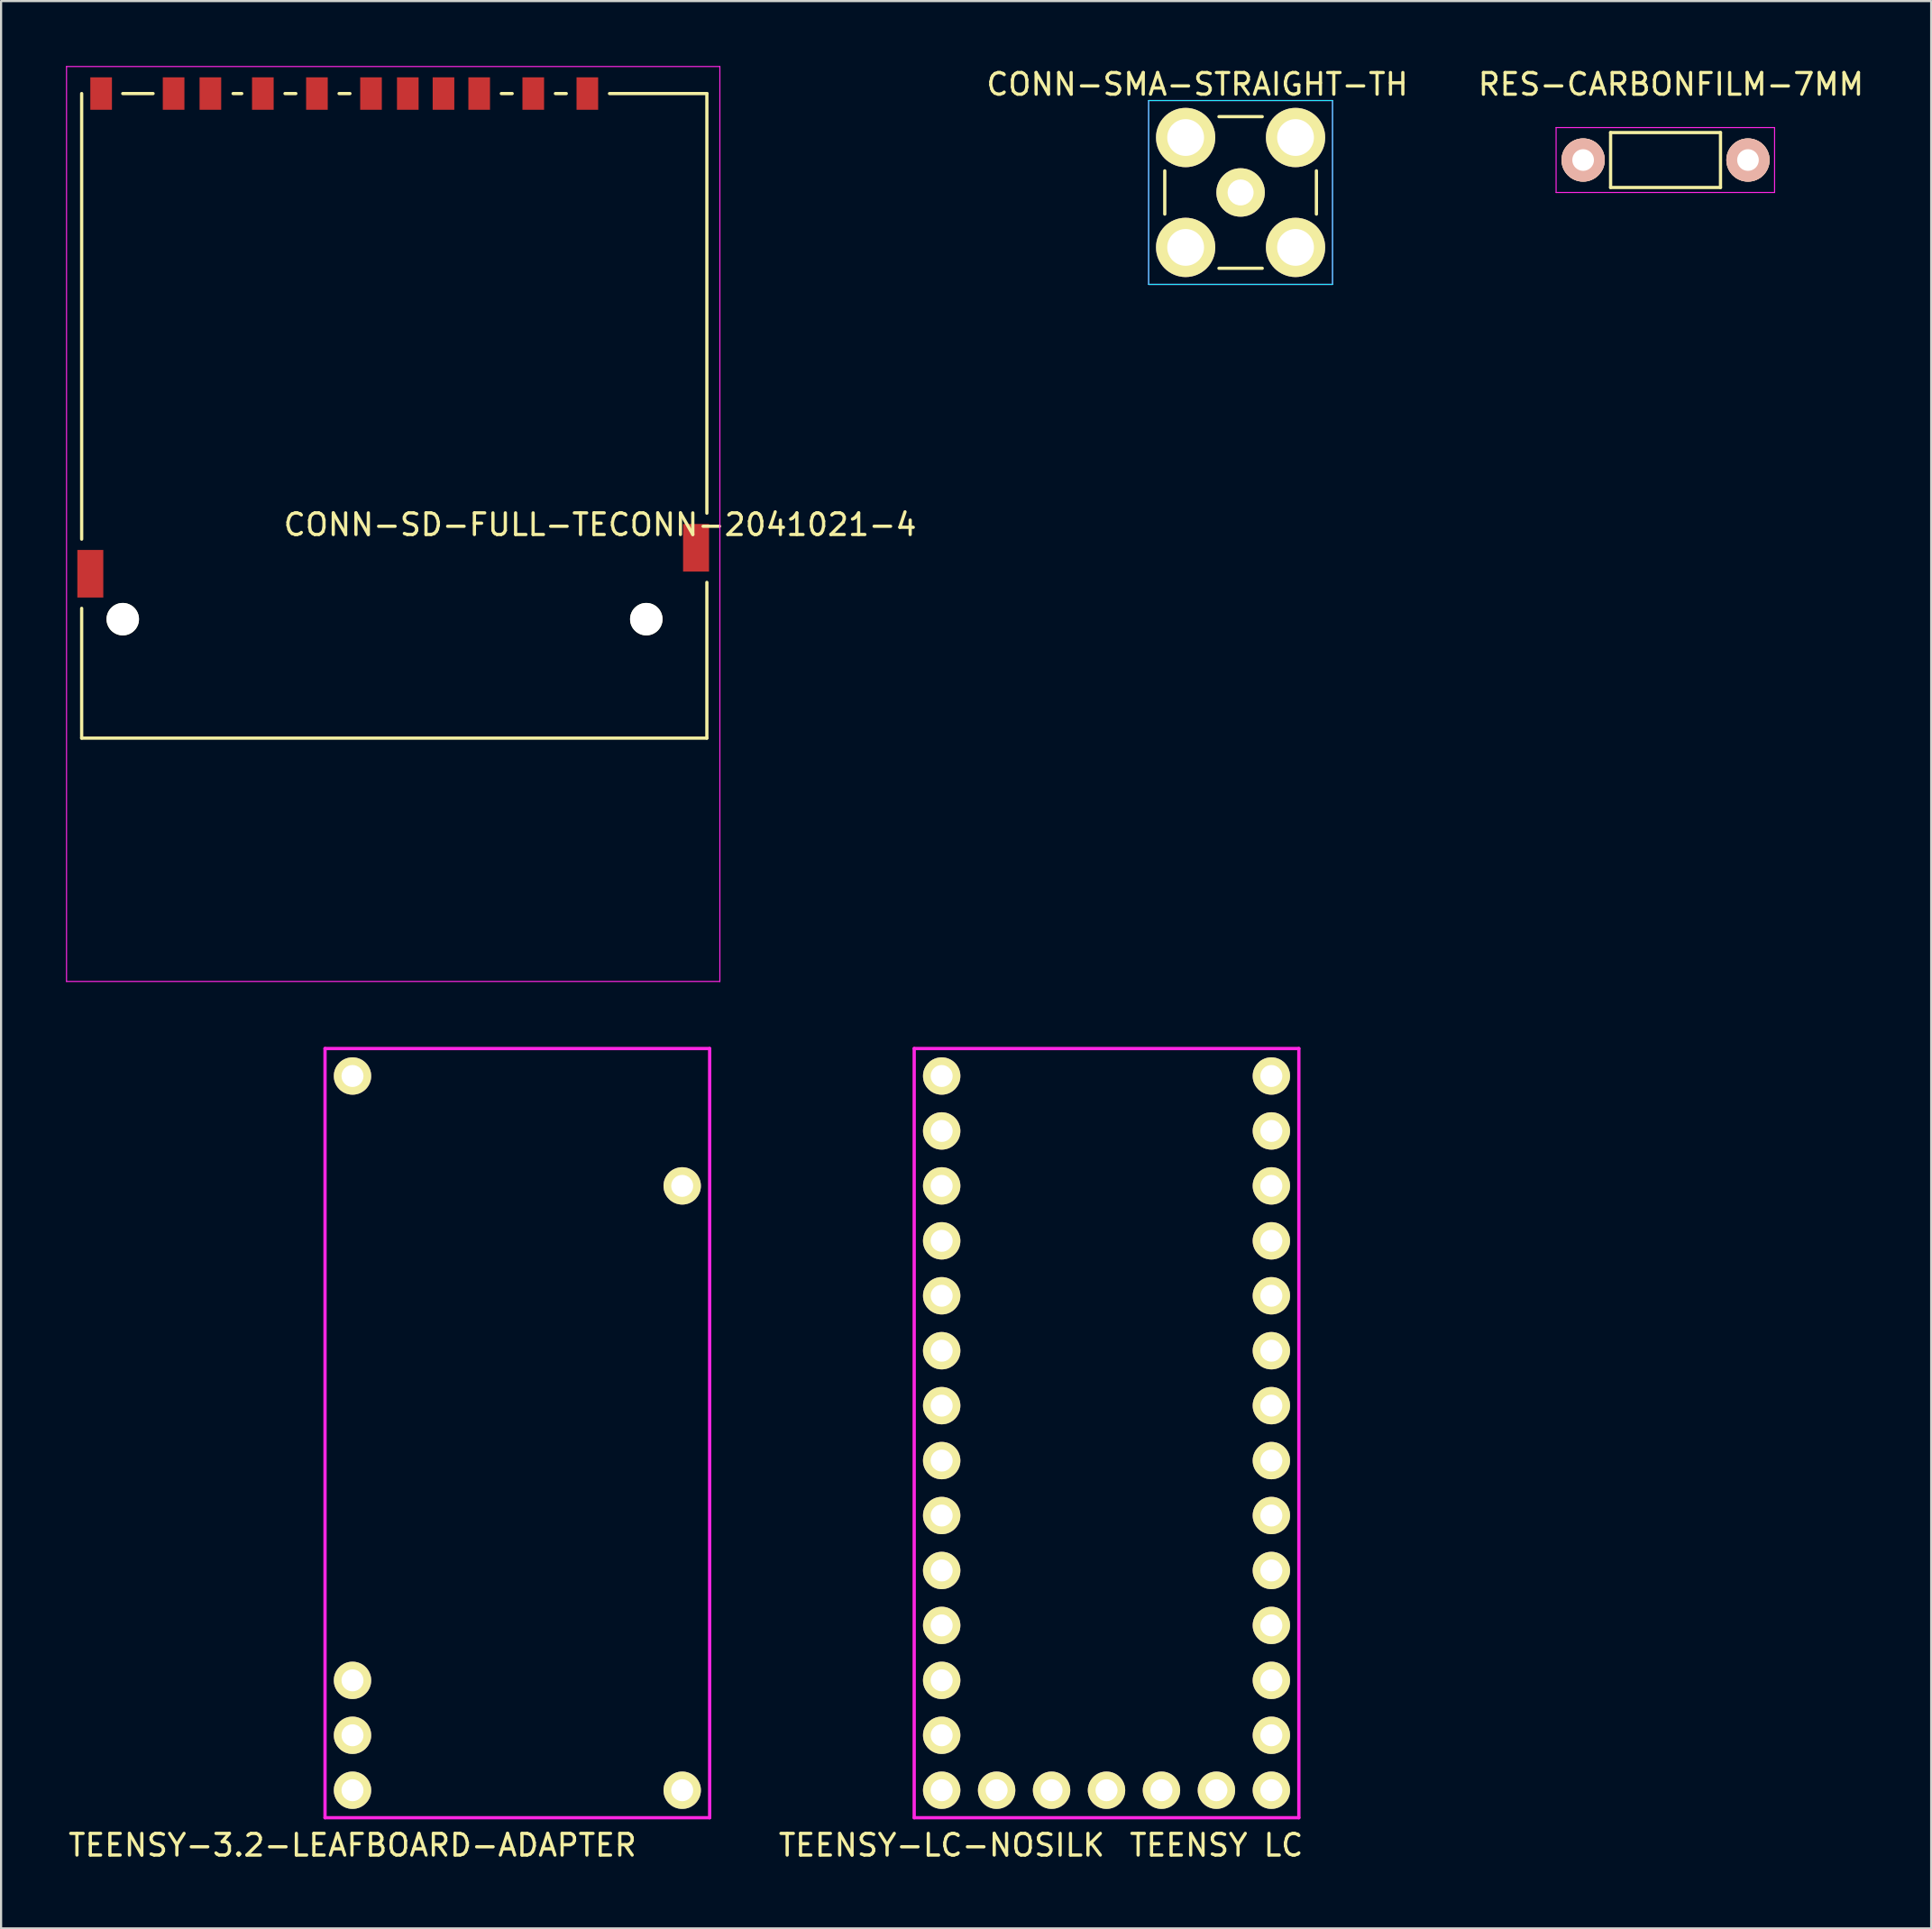
<source format=kicad_pcb>
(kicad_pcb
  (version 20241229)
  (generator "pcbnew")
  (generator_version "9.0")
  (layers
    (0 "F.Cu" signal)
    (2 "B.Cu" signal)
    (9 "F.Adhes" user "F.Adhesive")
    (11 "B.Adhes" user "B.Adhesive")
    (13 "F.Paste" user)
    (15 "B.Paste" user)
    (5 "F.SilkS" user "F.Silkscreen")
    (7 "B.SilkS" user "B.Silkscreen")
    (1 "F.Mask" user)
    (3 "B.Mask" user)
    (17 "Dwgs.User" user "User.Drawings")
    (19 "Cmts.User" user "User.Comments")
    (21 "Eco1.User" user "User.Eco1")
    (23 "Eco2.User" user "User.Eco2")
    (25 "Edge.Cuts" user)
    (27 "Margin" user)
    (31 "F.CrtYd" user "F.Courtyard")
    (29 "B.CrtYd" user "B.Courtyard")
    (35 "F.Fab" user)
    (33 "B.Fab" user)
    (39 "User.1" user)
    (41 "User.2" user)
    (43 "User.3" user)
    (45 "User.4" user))
  (footprint "CONN-SD-FULL-TECONN-2041021-4"
    (layer "F.Cu")
    (at 14.725 1.275)
    (property "Reference" "CONN-SD-FULL-TECONN-2041021-4" (at 9.964 19.931 0) (layer "F.SilkS") (effects (font (size 1 1) (thickness 0.15))))
    (attr through_hole)
    (fp_line (start -14 20.6) (end -14 0) (stroke (width 0.15) (type solid)) (layer "F.SilkS"))
    (fp_line (start -14 29.8) (end -14 23.8) (stroke (width 0.15) (type solid)) (layer "F.SilkS"))
    (fp_line (start -12.1 0) (end -10.7 0) (stroke (width 0.15) (type solid)) (layer "F.SilkS"))
    (fp_line (start -7 0) (end -6.6 0) (stroke (width 0.15) (type solid)) (layer "F.SilkS"))
    (fp_line (start -4.6 0) (end -4.1 0) (stroke (width 0.15) (type solid)) (layer "F.SilkS"))
    (fp_line (start -2.1 0) (end -1.6 0) (stroke (width 0.15) (type solid)) (layer "F.SilkS"))
    (fp_line (start 5.4 0) (end 5.9 0) (stroke (width 0.15) (type solid)) (layer "F.SilkS"))
    (fp_line (start 7.9 0) (end 8.4 0) (stroke (width 0.15) (type solid)) (layer "F.SilkS"))
    (fp_line (start 14.9 0) (end 10.4 0) (stroke (width 0.15) (type solid)) (layer "F.SilkS"))
    (fp_line (start 14.9 19.4) (end 14.9 0) (stroke (width 0.15) (type solid)) (layer "F.SilkS"))
    (fp_line (start 14.9 29.8) (end -14 29.8) (stroke (width 0.15) (type solid)) (layer "F.SilkS"))
    (fp_line (start 14.9 29.8) (end 14.9 22.6) (stroke (width 0.15) (type solid)) (layer "F.SilkS"))
    (fp_line (start -14.7 -1.25) (end -14.7 41.05) (stroke (width 0.05) (type solid)) (layer "F.CrtYd"))
    (fp_line (start -14.7 41.05) (end 15.5 41.05) (stroke (width 0.05) (type solid)) (layer "F.CrtYd"))
    (fp_line (start 15.5 -1.25) (end -14.7 -1.25) (stroke (width 0.05) (type solid)) (layer "F.CrtYd"))
    (fp_line (start 15.5 41.05) (end 15.5 -1.25) (stroke (width 0.05) (type solid)) (layer "F.CrtYd"))
    (pad "" np_thru_hole circle (at -12.1 24.3) (size 1.5 1.5) (drill 1.5) (layers "*.Cu" "*.Mask" "F.SilkS"))
    (pad "" np_thru_hole circle (at 12.1 24.3) (size 1.5 1.5) (drill 1.5) (layers "*.Cu" "*.Mask" "F.SilkS"))
    (pad "1" smd rect (at 6.875 0) (size 1 1.5) (layers "F.Cu" "F.Mask" "F.Paste"))
    (pad "2" smd rect (at 4.375 0) (size 1 1.5) (layers "F.Cu" "F.Mask" "F.Paste"))
    (pad "3" smd rect (at 1.075 0) (size 1 1.5) (layers "F.Cu" "F.Mask" "F.Paste"))
    (pad "4" smd rect (at -0.625 0) (size 1 1.5) (layers "F.Cu" "F.Mask" "F.Paste"))
    (pad "5" smd rect (at -3.125 0) (size 1 1.5) (layers "F.Cu" "F.Mask" "F.Paste"))
    (pad "6" smd rect (at -5.625 0) (size 1 1.5) (layers "F.Cu" "F.Mask" "F.Paste"))
    (pad "7" smd rect (at -8.05 0) (size 1 1.5) (layers "F.Cu" "F.Mask" "F.Paste"))
    (pad "8" smd rect (at -9.75 0) (size 1 1.5) (layers "F.Cu" "F.Mask" "F.Paste"))
    (pad "9" smd rect (at 9.375 0) (size 1 1.5) (layers "F.Cu" "F.Mask" "F.Paste"))
    (pad "10" smd rect (at 2.725 0) (size 1 1.5) (layers "F.Cu" "F.Mask" "F.Paste"))
    (pad "11" smd rect (at -13.1 0) (size 1 1.5) (layers "F.Cu" "F.Mask" "F.Paste"))
    (pad "12" smd rect (at 14.4 21) (size 1.2 2.2) (layers "F.Cu" "F.Mask" "F.Paste"))
    (pad "13" smd rect (at -13.6 22.2) (size 1.2 2.2) (layers "F.Cu" "F.Mask" "F.Paste")))
  (footprint "RES-CARBONFILM-7MM"
    (layer "F.Cu")
    (at 70.13 4.348)
    (property "Reference" "RES-CARBONFILM-7MM" (at 4.059 -3.5 0) (layer "F.SilkS") (effects (font (size 1 1) (thickness 0.15))))
    (attr through_hole)
    (fp_line (start 1.27 -1.27) (end 6.35 -1.27) (stroke (width 0.15) (type solid)) (layer "F.SilkS"))
    (fp_line (start 1.27 1.27) (end 1.27 -1.27) (stroke (width 0.15) (type solid)) (layer "F.SilkS"))
    (fp_line (start 6.35 -1.27) (end 6.35 1.27) (stroke (width 0.15) (type solid)) (layer "F.SilkS"))
    (fp_line (start 6.35 1.27) (end 1.27 1.27) (stroke (width 0.15) (type solid)) (layer "F.SilkS"))
    (fp_line (start -1.25 -1.5) (end 8.85 -1.5) (stroke (width 0.05) (type solid)) (layer "F.CrtYd"))
    (fp_line (start -1.25 1.5) (end -1.25 -1.5) (stroke (width 0.05) (type solid)) (layer "F.CrtYd"))
    (fp_line (start -1.25 1.5) (end 8.85 1.5) (stroke (width 0.05) (type solid)) (layer "F.CrtYd"))
    (fp_line (start 8.85 -1.5) (end 8.85 1.5) (stroke (width 0.05) (type solid)) (layer "F.CrtYd"))
    (pad "1" thru_hole circle (at 0 0) (size 1.999 1.999) (drill 1.001) (layers "*.Cu" "*.SilkS" "*.Mask"))
    (pad "2" thru_hole circle (at 7.62 0) (size 1.999 1.999) (drill 1.001) (layers "*.Cu" "*.SilkS" "*.Mask")))
  (footprint "TEENSY-3.2-LEAFBOARD-ADAPTER"
    (layer "F.Cu")
    (at 23.404 56.856)
    (property "Reference" "TEENSY-3.2-LEAFBOARD-ADAPTER" (at -10.16 25.4 0) (layer "F.SilkS") (effects (font (size 1 1) (thickness 0.15))))
    (attr through_hole)
    (fp_line (start -11.43 -11.43) (end -11.43 24.13) (stroke (width 0.152) (type solid)) (layer "F.CrtYd"))
    (fp_line (start -11.43 24.13) (end 6.35 24.13) (stroke (width 0.152) (type solid)) (layer "F.CrtYd"))
    (fp_line (start 6.35 -11.43) (end -11.43 -11.43) (stroke (width 0.152) (type solid)) (layer "F.CrtYd"))
    (fp_line (start 6.35 24.13) (end 6.35 -11.43) (stroke (width 0.152) (type solid)) (layer "F.CrtYd"))
    (pad "3V2" thru_hole circle (at 5.08 -5.08) (size 1.727 1.727) (drill 1.016) (layers "*.Cu" "*.Mask" "F.SilkS"))
    (pad "10" thru_hole circle (at -10.16 17.78) (size 1.727 1.727) (drill 1.016) (layers "*.Cu" "*.Mask" "F.SilkS"))
    (pad "11" thru_hole circle (at -10.16 20.32) (size 1.727 1.727) (drill 1.016) (layers "*.Cu" "*.Mask" "F.SilkS"))
    (pad "12" thru_hole circle (at -10.16 22.86) (size 1.727 1.727) (drill 1.016) (layers "*.Cu" "*.Mask" "F.SilkS"))
    (pad "13" thru_hole circle (at 5.08 22.86) (size 1.727 1.727) (drill 1.016) (layers "*.Cu" "*.Mask" "F.SilkS"))
    (pad "G1" thru_hole circle (at -10.16 -10.16) (size 1.727 1.727) (drill 1.016) (layers "*.Cu" "*.Mask" "F.SilkS")))
  (footprint "TEENSY-LC-NOSILK"
    (layer "F.Cu")
    (at 50.639 56.856)
    (property "Reference" "TEENSY-LC-NOSILK" (at -10.16 25.4 180) (layer "F.SilkS") (effects (font (size 1 1) (thickness 0.15))))
    (attr through_hole)
    (fp_line (start -11.43 -11.43) (end -11.43 24.13) (stroke (width 0.152) (type solid)) (layer "F.CrtYd"))
    (fp_line (start -11.43 24.13) (end 6.35 24.13) (stroke (width 0.152) (type solid)) (layer "F.CrtYd"))
    (fp_line (start 6.35 -11.43) (end -11.43 -11.43) (stroke (width 0.152) (type solid)) (layer "F.CrtYd"))
    (fp_line (start 6.35 24.13) (end 6.35 -11.43) (stroke (width 0.152) (type solid)) (layer "F.CrtYd"))
    (fp_text user "TEENSY LC" (at 2.54 25.4 0) (layer "F.SilkS") (effects (font (size 1 1) (thickness 0.15))))
    (pad "0" thru_hole circle (at -10.16 -7.62) (size 1.727 1.727) (drill 1.016) (layers "*.Cu" "*.Mask" "F.SilkS"))
    (pad "1" thru_hole circle (at -10.16 -5.08) (size 1.727 1.727) (drill 1.016) (layers "*.Cu" "*.Mask" "F.SilkS"))
    (pad "2" thru_hole circle (at -10.16 -2.54) (size 1.727 1.727) (drill 1.016) (layers "*.Cu" "*.Mask" "F.SilkS"))
    (pad "3" thru_hole circle (at -10.16 0) (size 1.727 1.727) (drill 1.016) (layers "*.Cu" "*.Mask" "F.SilkS"))
    (pad "3V1" thru_hole circle (at -5.08 22.86) (size 1.727 1.727) (drill 1.016) (layers "*.Cu" "*.Mask" "F.SilkS"))
    (pad "3V2" thru_hole circle (at 5.08 -5.08) (size 1.727 1.727) (drill 1.016) (layers "*.Cu" "*.Mask" "F.SilkS"))
    (pad "4" thru_hole circle (at -10.16 2.54) (size 1.727 1.727) (drill 1.016) (layers "*.Cu" "*.Mask" "F.SilkS"))
    (pad "5" thru_hole circle (at -10.16 5.08) (size 1.727 1.727) (drill 1.016) (layers "*.Cu" "*.Mask" "F.SilkS"))
    (pad "6" thru_hole circle (at -10.16 7.62) (size 1.727 1.727) (drill 1.016) (layers "*.Cu" "*.Mask" "F.SilkS"))
    (pad "7" thru_hole circle (at -10.16 10.16) (size 1.727 1.727) (drill 1.016) (layers "*.Cu" "*.Mask" "F.SilkS"))
    (pad "8" thru_hole circle (at -10.16 12.7) (size 1.727 1.727) (drill 1.016) (layers "*.Cu" "*.Mask" "F.SilkS"))
    (pad "9" thru_hole circle (at -10.16 15.24) (size 1.727 1.727) (drill 1.016) (layers "*.Cu" "*.Mask" "F.SilkS"))
    (pad "10" thru_hole circle (at -10.16 17.78) (size 1.727 1.727) (drill 1.016) (layers "*.Cu" "*.Mask" "F.SilkS"))
    (pad "11" thru_hole circle (at -10.16 20.32) (size 1.727 1.727) (drill 1.016) (layers "*.Cu" "*.Mask" "F.SilkS"))
    (pad "12" thru_hole circle (at -10.16 22.86) (size 1.727 1.727) (drill 1.016) (layers "*.Cu" "*.Mask" "F.SilkS"))
    (pad "13" thru_hole circle (at 5.08 22.86) (size 1.727 1.727) (drill 1.016) (layers "*.Cu" "*.Mask" "F.SilkS"))
    (pad "14" thru_hole circle (at 5.08 20.32) (size 1.727 1.727) (drill 1.016) (layers "*.Cu" "*.Mask" "F.SilkS"))
    (pad "15" thru_hole circle (at 5.08 17.78) (size 1.727 1.727) (drill 1.016) (layers "*.Cu" "*.Mask" "F.SilkS"))
    (pad "16" thru_hole circle (at 5.08 15.24) (size 1.727 1.727) (drill 1.016) (layers "*.Cu" "*.Mask" "F.SilkS"))
    (pad "17" thru_hole circle (at 5.08 12.7) (size 1.727 1.727) (drill 1.016) (layers "*.Cu" "*.Mask" "F.SilkS"))
    (pad "17A" thru_hole circle (at -7.62 22.86) (size 1.727 1.727) (drill 1.016) (layers "*.Cu" "*.Mask" "F.SilkS"))
    (pad "18" thru_hole circle (at 5.08 10.16) (size 1.727 1.727) (drill 1.016) (layers "*.Cu" "*.Mask" "F.SilkS"))
    (pad "19" thru_hole circle (at 5.08 7.62) (size 1.727 1.727) (drill 1.016) (layers "*.Cu" "*.Mask" "F.SilkS"))
    (pad "20" thru_hole circle (at 5.08 5.08) (size 1.727 1.727) (drill 1.016) (layers "*.Cu" "*.Mask" "F.SilkS"))
    (pad "21" thru_hole circle (at 5.08 2.54) (size 1.727 1.727) (drill 1.016) (layers "*.Cu" "*.Mask" "F.SilkS"))
    (pad "22" thru_hole circle (at 5.08 0) (size 1.727 1.727) (drill 1.016) (layers "*.Cu" "*.Mask" "F.SilkS"))
    (pad "23" thru_hole circle (at 5.08 -2.54) (size 1.727 1.727) (drill 1.016) (layers "*.Cu" "*.Mask" "F.SilkS"))
    (pad "DAC" thru_hole circle (at 2.54 22.86) (size 1.727 1.727) (drill 1.016) (layers "*.Cu" "*.Mask" "F.SilkS"))
    (pad "G1" thru_hole circle (at -10.16 -10.16) (size 1.727 1.727) (drill 1.016) (layers "*.Cu" "*.Mask" "F.SilkS"))
    (pad "G2" thru_hole circle (at -2.54 22.86) (size 1.727 1.727) (drill 1.016) (layers "*.Cu" "*.Mask" "F.SilkS"))
    (pad "G3" thru_hole circle (at 5.08 -7.62) (size 1.727 1.727) (drill 1.016) (layers "*.Cu" "*.Mask" "F.SilkS"))
    (pad "PGM" thru_hole circle (at 0 22.86) (size 1.727 1.727) (drill 1.016) (layers "*.Cu" "*.Mask" "F.SilkS"))
    (pad "VIN" thru_hole circle (at 5.08 -10.16) (size 1.727 1.727) (drill 1.016) (layers "*.Cu" "*.Mask" "F.SilkS")))
  (footprint "CONN-SMA-STRAIGHT-TH"
    (layer "F.Cu")
    (at 54.296 5.848)
    (property "Reference" "CONN-SMA-STRAIGHT-TH" (at -2 -5 0) (layer "F.SilkS") (effects (font (size 1 1) (thickness 0.15))))
    (attr through_hole)
    (fp_line (start -3.505 1) (end -3.505 -1) (stroke (width 0.15) (type solid)) (layer "F.SilkS"))
    (fp_line (start -1 -3.505) (end 1 -3.505) (stroke (width 0.15) (type solid)) (layer "F.SilkS"))
    (fp_line (start 1 3.505) (end -1 3.505) (stroke (width 0.15) (type solid)) (layer "F.SilkS"))
    (fp_line (start 3.505 -1) (end 3.505 1) (stroke (width 0.15) (type solid)) (layer "F.SilkS"))
    (fp_line (start -4.25 -4.25) (end 4.25 -4.25) (stroke (width 0.05) (type solid)) (layer "B.CrtYd"))
    (fp_line (start -4.25 4.25) (end -4.25 -4.25) (stroke (width 0.05) (type solid)) (layer "B.CrtYd"))
    (fp_line (start 4.25 -4.25) (end 4.25 4.25) (stroke (width 0.05) (type solid)) (layer "B.CrtYd"))
    (fp_line (start 4.25 4.25) (end -4.25 4.25) (stroke (width 0.05) (type solid)) (layer "B.CrtYd"))
    (fp_line (start -4.25 -4.25) (end 4.25 -4.25) (stroke (width 0.05) (type solid)) (layer "F.CrtYd"))
    (fp_line (start -4.25 4.25) (end -4.25 -4.25) (stroke (width 0.05) (type solid)) (layer "F.CrtYd"))
    (fp_line (start 4.25 -4.25) (end 4.25 4.25) (stroke (width 0.05) (type solid)) (layer "F.CrtYd"))
    (fp_line (start 4.25 4.25) (end -4.25 4.25) (stroke (width 0.05) (type solid)) (layer "F.CrtYd"))
    (pad "1" thru_hole circle (at 0 0) (size 2.24 2.24) (drill 1.2) (layers "*.Cu" "*.Mask" "F.SilkS"))
    (pad "2" thru_hole circle (at -2.54 -2.54) (size 2.74 2.74) (drill 1.7) (layers "*.Cu" "*.Mask" "F.SilkS"))
    (pad "2" thru_hole circle (at -2.54 2.54) (size 2.74 2.74) (drill 1.7) (layers "*.Cu" "*.Mask" "F.SilkS"))
    (pad "2" thru_hole circle (at 2.54 -2.54) (size 2.74 2.74) (drill 1.7) (layers "*.Cu" "*.Mask" "F.SilkS"))
    (pad "2" thru_hole circle (at 2.54 2.54) (size 2.74 2.74) (drill 1.7) (layers "*.Cu" "*.Mask" "F.SilkS")))
  (gr_rect
    (start -3 -3)
    (end 86.219 86.104)
    (stroke (width 0.1) (type default))
    (fill no)
    (layer "Edge.Cuts")))
</source>
